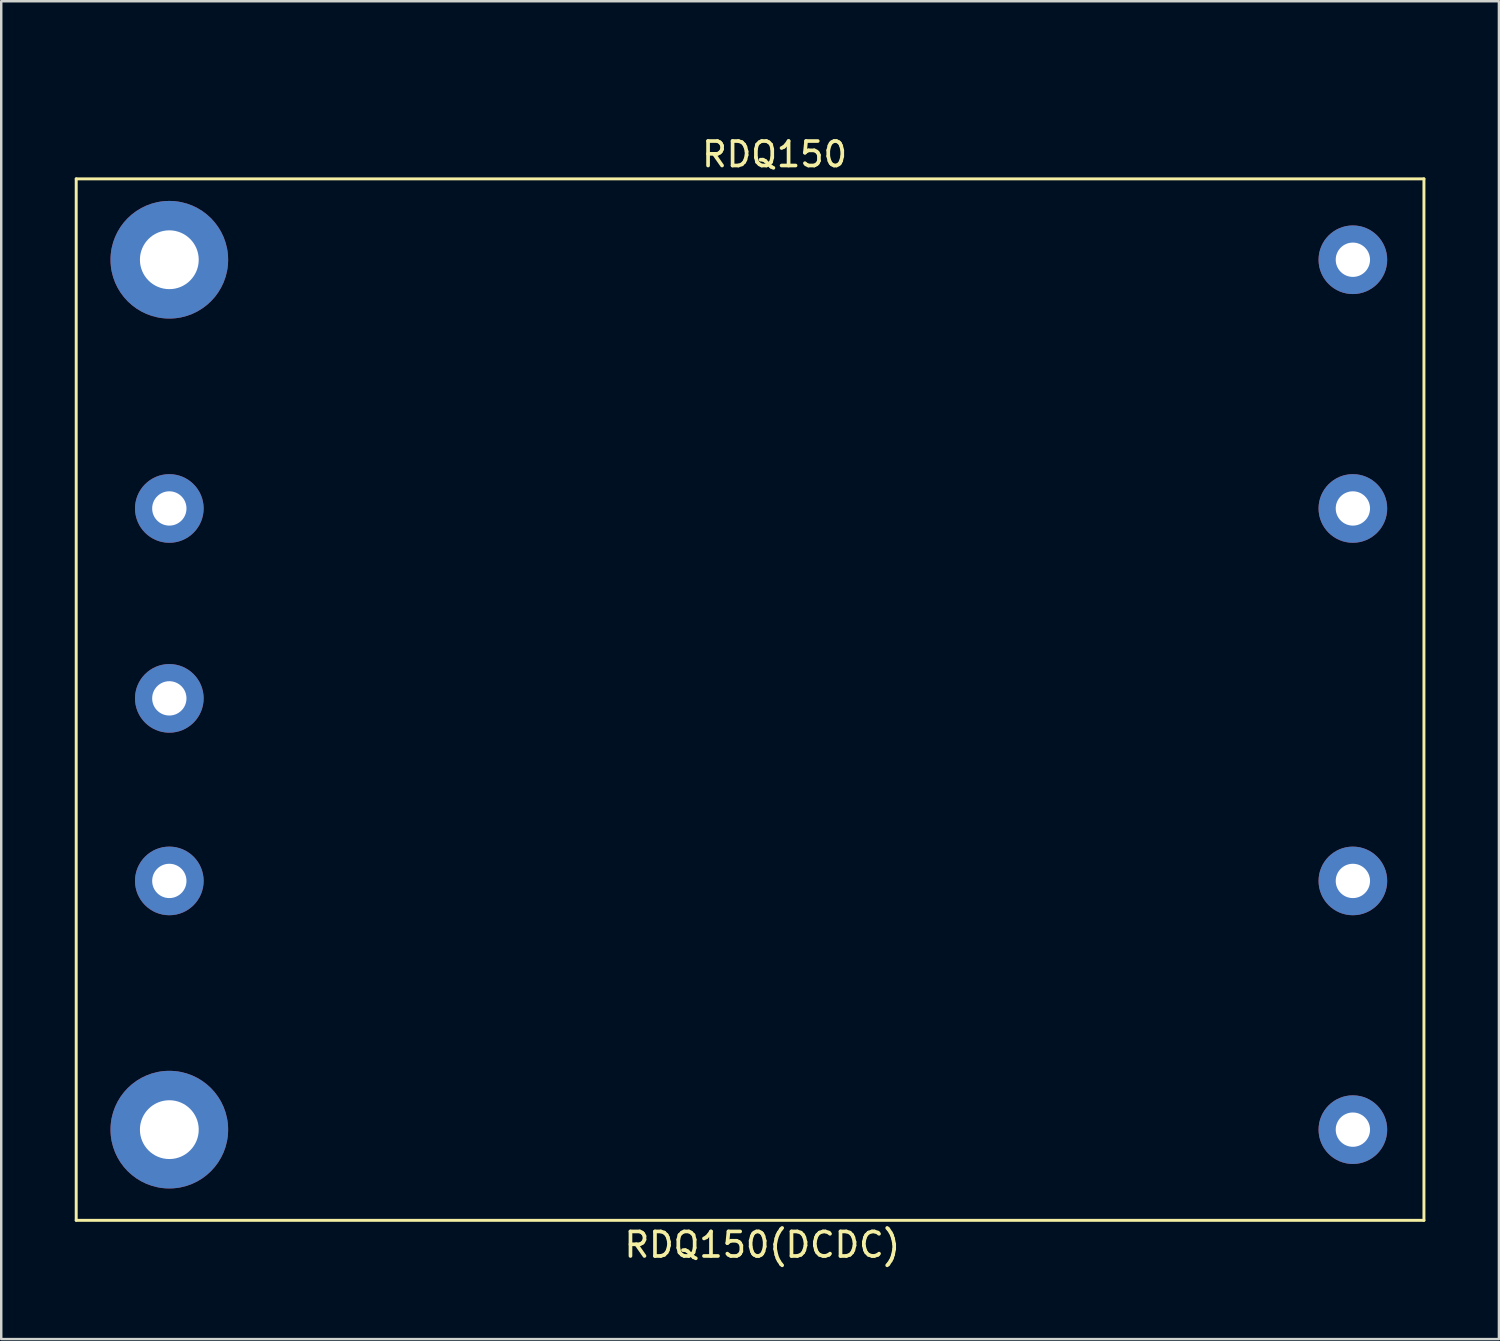
<source format=kicad_pcb>
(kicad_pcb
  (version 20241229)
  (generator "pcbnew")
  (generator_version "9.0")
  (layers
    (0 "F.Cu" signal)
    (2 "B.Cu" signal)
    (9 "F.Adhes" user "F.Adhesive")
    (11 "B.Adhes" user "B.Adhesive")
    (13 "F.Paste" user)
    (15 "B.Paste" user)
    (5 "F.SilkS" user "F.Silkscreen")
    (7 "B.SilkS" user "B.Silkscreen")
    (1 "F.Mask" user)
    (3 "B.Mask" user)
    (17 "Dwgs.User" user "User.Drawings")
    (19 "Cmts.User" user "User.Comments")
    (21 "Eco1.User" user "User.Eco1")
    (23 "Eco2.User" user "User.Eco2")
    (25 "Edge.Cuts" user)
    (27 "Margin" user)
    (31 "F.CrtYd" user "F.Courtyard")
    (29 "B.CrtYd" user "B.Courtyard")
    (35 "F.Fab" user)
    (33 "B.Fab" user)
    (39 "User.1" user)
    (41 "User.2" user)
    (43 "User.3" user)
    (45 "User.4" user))
  (footprint "RDQ150(DCDC)"
    (layer "F.Cu")
    (at 28.06 0.25)
    (property "Reference" "RDQ150(DCDC)" (at 0 47.5 0) (layer "F.SilkS") (effects (font (size 1 1) (thickness 0.15))))
    (attr through_hole)
    (fp_line (start -28 4) (end -28 46.5) (stroke (width 0.12) (type solid)) (layer "F.SilkS"))
    (fp_line (start -28 46.5) (end 27 46.5) (stroke (width 0.12) (type solid)) (layer "F.SilkS"))
    (fp_line (start 27 4) (end -28 4) (stroke (width 0.12) (type solid)) (layer "F.SilkS"))
    (fp_line (start 27 46.5) (end 27 4) (stroke (width 0.12) (type solid)) (layer "F.SilkS"))
    (fp_text user "RDQ150" (at 0.5 3 0) (layer "F.SilkS") (effects (font (size 1 1) (thickness 0.15))))
    (pad "1" thru_hole circle (at 24.1 42.8) (size 2.8 2.8) (drill 1.4) (layers "*.Cu" "*.Mask"))
    (pad "2" thru_hole circle (at 24.1 32.65) (size 2.8 2.8) (drill 1.4) (layers "*.Cu" "*.Mask"))
    (pad "3" thru_hole circle (at 24.1 17.45) (size 2.8 2.8) (drill 1.4) (layers "*.Cu" "*.Mask"))
    (pad "4" thru_hole circle (at 24.1 7.3) (size 2.8 2.8) (drill 1.4) (layers "*.Cu" "*.Mask"))
    (pad "5" thru_hole circle (at -24.2 7.3) (size 4.8 4.8) (drill 2.4) (layers "*.Cu" "*.Mask"))
    (pad "6" thru_hole circle (at -24.2 17.45) (size 2.8 2.8) (drill 1.4) (layers "*.Cu" "*.Mask"))
    (pad "7" thru_hole circle (at -24.2 25.2) (size 2.8 2.8) (drill 1.4) (layers "*.Cu" "*.Mask"))
    (pad "8" thru_hole circle (at -24.2 32.65) (size 2.8 2.8) (drill 1.4) (layers "*.Cu" "*.Mask"))
    (pad "9" thru_hole circle (at -24.2 42.8) (size 4.8 4.8) (drill 2.4) (layers "*.Cu" "*.Mask")))
  (gr_rect
    (start -3 -3)
    (end 58.12 51.598)
    (stroke (width 0.1) (type default))
    (fill no)
    (layer "Edge.Cuts")))
</source>
